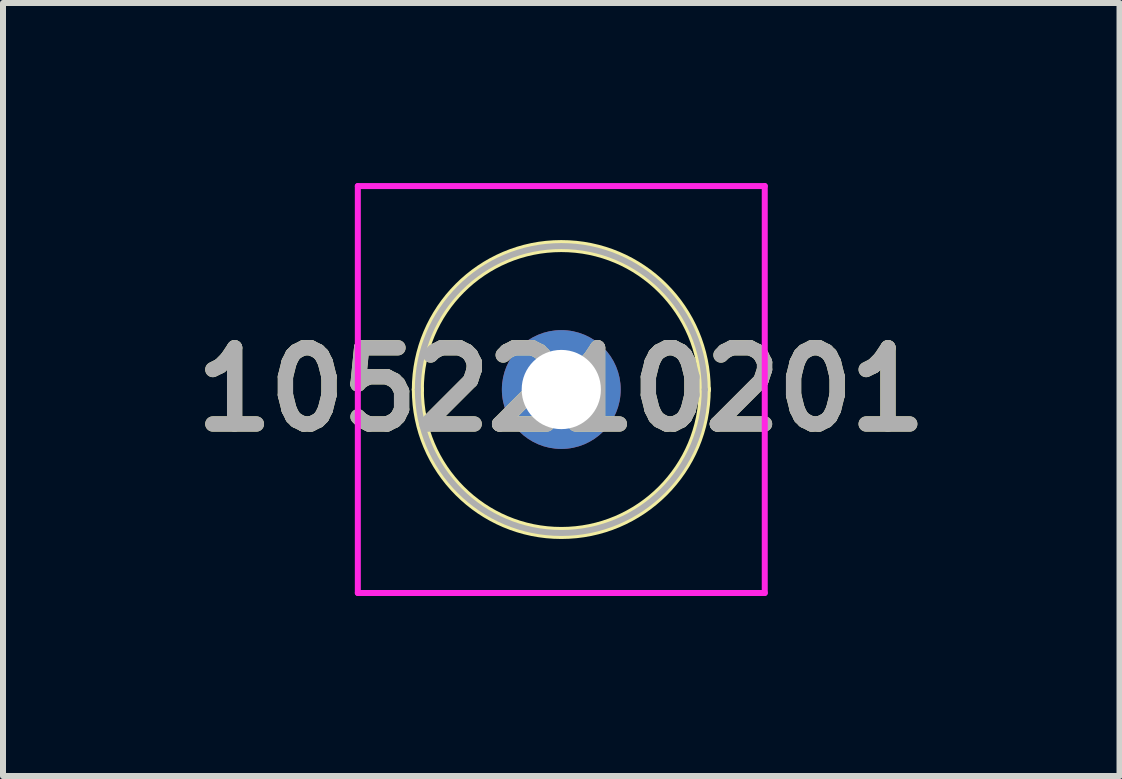
<source format=kicad_pcb>
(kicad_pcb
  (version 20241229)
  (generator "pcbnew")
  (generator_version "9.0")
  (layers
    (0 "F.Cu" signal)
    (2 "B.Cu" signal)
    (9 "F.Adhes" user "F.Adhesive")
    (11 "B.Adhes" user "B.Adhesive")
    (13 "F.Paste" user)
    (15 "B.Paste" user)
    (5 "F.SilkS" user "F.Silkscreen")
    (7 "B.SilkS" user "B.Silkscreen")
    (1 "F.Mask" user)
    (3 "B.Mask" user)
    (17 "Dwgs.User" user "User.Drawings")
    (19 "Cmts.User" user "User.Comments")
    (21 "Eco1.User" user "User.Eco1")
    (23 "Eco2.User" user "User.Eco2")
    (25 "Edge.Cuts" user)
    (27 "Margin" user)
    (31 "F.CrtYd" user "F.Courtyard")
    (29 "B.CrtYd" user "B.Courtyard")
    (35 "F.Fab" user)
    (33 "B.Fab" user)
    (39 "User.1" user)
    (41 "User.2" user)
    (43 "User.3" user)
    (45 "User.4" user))
  (footprint "1052210201"
    (layer "F.Cu")
    (at 6.302 3.44)
    (property "Reference" "1052210201" (at 0 0 0) (layer "F.SilkS") (effects (font (size 1.27 1.27) (thickness 0.254))))
    (attr through_hole)
    (fp_line (start -2.39 0) (end -2.39 0) (stroke (width 0.2) (type solid)) (layer "F.SilkS"))
    (fp_line (start 2.39 0) (end 2.39 0) (stroke (width 0.2) (type solid)) (layer "F.SilkS"))
    (fp_arc (start -2.39 0) (mid 0 -2.39) (end 2.39 0) (stroke (width 0.2) (type solid)) (layer "F.SilkS"))
    (fp_arc (start 2.39 0) (mid 0 2.39) (end -2.39 0) (stroke (width 0.2) (type solid)) (layer "F.SilkS"))
    (fp_line (start -3.39 -3.39) (end 3.39 -3.39) (stroke (width 0.1) (type solid)) (layer "F.CrtYd"))
    (fp_line (start -3.39 3.39) (end -3.39 -3.39) (stroke (width 0.1) (type solid)) (layer "F.CrtYd"))
    (fp_line (start 3.39 -3.39) (end 3.39 3.39) (stroke (width 0.1) (type solid)) (layer "F.CrtYd"))
    (fp_line (start 3.39 3.39) (end -3.39 3.39) (stroke (width 0.1) (type solid)) (layer "F.CrtYd"))
    (fp_line (start -2.39 0) (end -2.39 0) (stroke (width 0.1) (type solid)) (layer "F.Fab"))
    (fp_line (start 2.39 0) (end 2.39 0) (stroke (width 0.1) (type solid)) (layer "F.Fab"))
    (fp_arc (start -2.39 0) (mid 0 -2.39) (end 2.39 0) (stroke (width 0.1) (type solid)) (layer "F.Fab"))
    (fp_arc (start 2.39 0) (mid 0 2.39) (end -2.39 0) (stroke (width 0.1) (type solid)) (layer "F.Fab"))
    (fp_text user "${REFERENCE}" (at 0 0 0) (layer "F.Fab") (effects (font (size 1.27 1.27) (thickness 0.254))))
    (pad "1" thru_hole circle (at 0 0) (size 1.98 1.98) (drill 1.32) (layers "*.Cu" "*.Mask")))
  (gr_rect
    (start -3 -3)
    (end 15.603 9.88)
    (stroke (width 0.1) (type default))
    (fill no)
    (layer "Edge.Cuts")))
</source>
